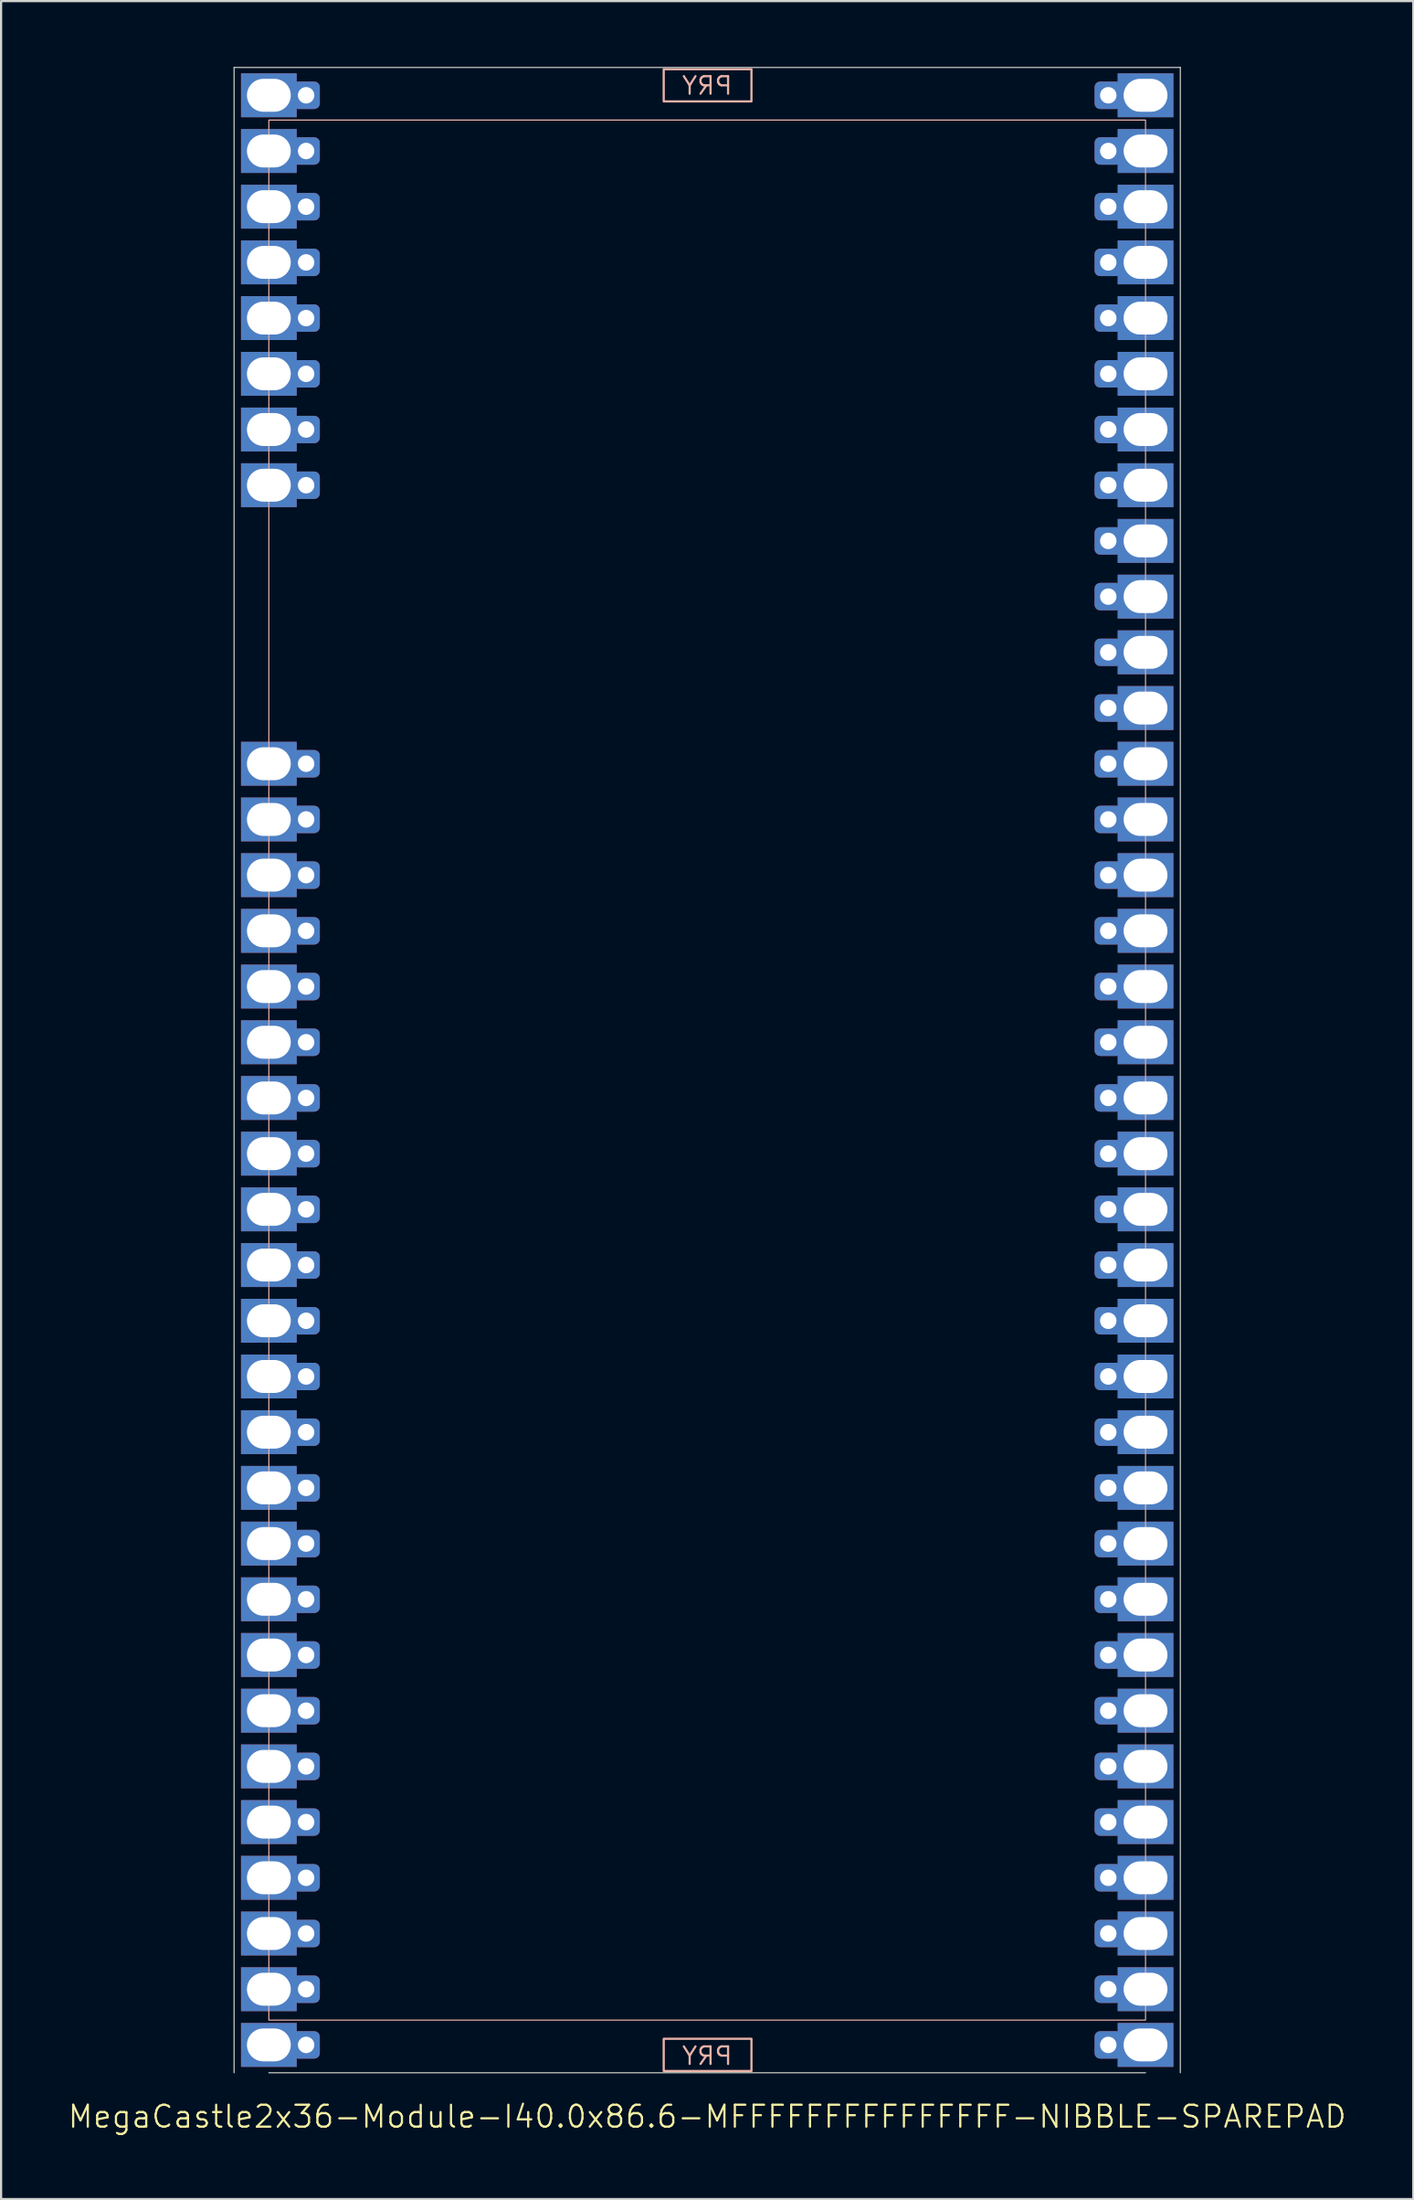
<source format=kicad_pcb>
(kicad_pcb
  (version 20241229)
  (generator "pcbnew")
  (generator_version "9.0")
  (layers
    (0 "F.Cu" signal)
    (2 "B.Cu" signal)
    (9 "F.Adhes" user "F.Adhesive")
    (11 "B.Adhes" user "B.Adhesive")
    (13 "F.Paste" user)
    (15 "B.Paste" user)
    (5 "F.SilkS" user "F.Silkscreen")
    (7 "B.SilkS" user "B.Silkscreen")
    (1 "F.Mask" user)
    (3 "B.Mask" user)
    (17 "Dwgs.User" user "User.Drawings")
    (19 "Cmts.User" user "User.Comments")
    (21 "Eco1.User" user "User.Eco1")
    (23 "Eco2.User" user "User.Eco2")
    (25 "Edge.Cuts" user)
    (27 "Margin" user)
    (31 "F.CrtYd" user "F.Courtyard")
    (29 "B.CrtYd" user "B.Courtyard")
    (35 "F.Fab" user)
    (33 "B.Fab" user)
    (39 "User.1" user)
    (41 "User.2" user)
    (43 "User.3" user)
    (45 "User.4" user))
  (footprint "MegaCastle2x36-Module-I40.0x86.6-MFFFFFFFFFFFFFFF-NIBBLE-SPAREPAD"
    (layer "F.Cu")
    (at 29.217 45.745)
    (property "Reference" "MegaCastle2x36-Module-I40.0x86.6-MFFFFFFFFFFFFFFF-NIBBLE-SPAREPAD" (at 0 47.72 0) (unlocked yes) (layer "F.SilkS") (effects (font (size 1 1) (thickness 0.1))))
    (attr smd)
    (fp_rect (start -20 43.32) (end 20 -43.32) (stroke (width 0.05) (type default)) (fill no) (layer "B.SilkS"))
    (fp_rect (start -1.984 -44.171) (end 2.02 -45.64) (stroke (width 0.1) (type default)) (fill no) (layer "B.SilkS"))
    (fp_rect (start -1.984 44.171) (end 2.02 45.64) (stroke (width 0.1) (type default)) (fill no) (layer "B.SilkS"))
    (fp_line (start -21.587 -45.72) (end -21.587 45.72) (stroke (width 0.05) (type default)) (layer "Edge.Cuts"))
    (fp_line (start -21.587 -45.72) (end 21.587 -45.72) (stroke (width 0.05) (type default)) (layer "Edge.Cuts"))
    (fp_line (start -20 45.72) (end 20 45.72) (stroke (width 0.05) (type default)) (layer "Edge.Cuts"))
    (fp_line (start 21.587 -45.72) (end 21.587 45.72) (stroke (width 0.05) (type default)) (layer "Edge.Cuts"))
    (fp_text user "PRY" (at 0 -44.42 0) (unlocked yes) (layer "B.SilkS") (effects (font (size 0.8 0.8) (thickness 0.1)) (justify bottom mirror)))
    (fp_text user "PRY" (at 0 45.42 0) (unlocked yes) (layer "B.SilkS") (effects (font (size 0.8 0.8) (thickness 0.1)) (justify bottom mirror)))
    (pad "1" thru_hole rect (at -20 -44.45) (size 2.54 2) (drill oval 2 1.5) (property pad_prop_castellated) (layers "*.Cu" "*.Mask"))
    (pad "1" thru_hole roundrect (at -18.3 -44.45 180) (size 1.25 1.25) (drill 0.75) (layers "*.Cu" "*.Mask") (roundrect_rratio 0.2))
    (pad "2" thru_hole rect (at -20 -41.91) (size 2.54 2) (drill oval 2 1.5) (property pad_prop_castellated) (layers "*.Cu" "*.Mask"))
    (pad "2" thru_hole roundrect (at -18.3 -41.91 180) (size 1.25 1.25) (drill 0.75) (layers "*.Cu" "*.Mask") (roundrect_rratio 0.2))
    (pad "3" thru_hole rect (at -20 -39.37) (size 2.54 2) (drill oval 2 1.5) (property pad_prop_castellated) (layers "*.Cu" "*.Mask"))
    (pad "3" thru_hole roundrect (at -18.3 -39.37 180) (size 1.25 1.25) (drill 0.75) (layers "*.Cu" "*.Mask") (roundrect_rratio 0.2))
    (pad "4" thru_hole rect (at -20 -36.83) (size 2.54 2) (drill oval 2 1.5) (property pad_prop_castellated) (layers "*.Cu" "*.Mask"))
    (pad "4" thru_hole roundrect (at -18.3 -36.83 180) (size 1.25 1.25) (drill 0.75) (layers "*.Cu" "*.Mask") (roundrect_rratio 0.2))
    (pad "5" thru_hole rect (at -20 -34.29) (size 2.54 2) (drill oval 2 1.5) (property pad_prop_castellated) (layers "*.Cu" "*.Mask"))
    (pad "5" thru_hole roundrect (at -18.3 -34.29 180) (size 1.25 1.25) (drill 0.75) (layers "*.Cu" "*.Mask") (roundrect_rratio 0.2))
    (pad "6" thru_hole rect (at -20 -31.75) (size 2.54 2) (drill oval 2 1.5) (property pad_prop_castellated) (layers "*.Cu" "*.Mask"))
    (pad "6" thru_hole roundrect (at -18.3 -31.75 180) (size 1.25 1.25) (drill 0.75) (layers "*.Cu" "*.Mask") (roundrect_rratio 0.2))
    (pad "7" thru_hole rect (at -20 -29.21) (size 2.54 2) (drill oval 2 1.5) (property pad_prop_castellated) (layers "*.Cu" "*.Mask"))
    (pad "7" thru_hole roundrect (at -18.3 -29.21 180) (size 1.25 1.25) (drill 0.75) (layers "*.Cu" "*.Mask") (roundrect_rratio 0.2))
    (pad "8" thru_hole rect (at -20 -26.67) (size 2.54 2) (drill oval 2 1.5) (property pad_prop_castellated) (layers "*.Cu" "*.Mask"))
    (pad "8" thru_hole roundrect (at -18.3 -26.67 180) (size 1.25 1.25) (drill 0.75) (layers "*.Cu" "*.Mask") (roundrect_rratio 0.2))
    (pad "13" thru_hole rect (at -20 -13.97) (size 2.54 2) (drill oval 2 1.5) (property pad_prop_castellated) (layers "*.Cu" "*.Mask"))
    (pad "13" thru_hole roundrect (at -18.3 -13.97 180) (size 1.25 1.25) (drill 0.75) (layers "*.Cu" "*.Mask") (roundrect_rratio 0.2))
    (pad "14" thru_hole rect (at -20 -11.43) (size 2.54 2) (drill oval 2 1.5) (property pad_prop_castellated) (layers "*.Cu" "*.Mask"))
    (pad "14" thru_hole roundrect (at -18.3 -11.43 180) (size 1.25 1.25) (drill 0.75) (layers "*.Cu" "*.Mask") (roundrect_rratio 0.2))
    (pad "15" thru_hole rect (at -20 -8.89) (size 2.54 2) (drill oval 2 1.5) (property pad_prop_castellated) (layers "*.Cu" "*.Mask"))
    (pad "15" thru_hole roundrect (at -18.3 -8.89 180) (size 1.25 1.25) (drill 0.75) (layers "*.Cu" "*.Mask") (roundrect_rratio 0.2))
    (pad "16" thru_hole rect (at -20 -6.35) (size 2.54 2) (drill oval 2 1.5) (property pad_prop_castellated) (layers "*.Cu" "*.Mask"))
    (pad "16" thru_hole roundrect (at -18.3 -6.35 180) (size 1.25 1.25) (drill 0.75) (layers "*.Cu" "*.Mask") (roundrect_rratio 0.2))
    (pad "17" thru_hole rect (at -20 -3.81) (size 2.54 2) (drill oval 2 1.5) (property pad_prop_castellated) (layers "*.Cu" "*.Mask"))
    (pad "17" thru_hole roundrect (at -18.3 -3.81 180) (size 1.25 1.25) (drill 0.75) (layers "*.Cu" "*.Mask") (roundrect_rratio 0.2))
    (pad "18" thru_hole rect (at -20 -1.27) (size 2.54 2) (drill oval 2 1.5) (property pad_prop_castellated) (layers "*.Cu" "*.Mask"))
    (pad "18" thru_hole roundrect (at -18.3 -1.27 180) (size 1.25 1.25) (drill 0.75) (layers "*.Cu" "*.Mask") (roundrect_rratio 0.2))
    (pad "19" thru_hole rect (at -20 1.27) (size 2.54 2) (drill oval 2 1.5) (property pad_prop_castellated) (layers "*.Cu" "*.Mask"))
    (pad "19" thru_hole roundrect (at -18.3 1.27 180) (size 1.25 1.25) (drill 0.75) (layers "*.Cu" "*.Mask") (roundrect_rratio 0.2))
    (pad "20" thru_hole rect (at -20 3.81) (size 2.54 2) (drill oval 2 1.5) (property pad_prop_castellated) (layers "*.Cu" "*.Mask"))
    (pad "20" thru_hole roundrect (at -18.3 3.81 180) (size 1.25 1.25) (drill 0.75) (layers "*.Cu" "*.Mask") (roundrect_rratio 0.2))
    (pad "21" thru_hole rect (at -20 6.35) (size 2.54 2) (drill oval 2 1.5) (property pad_prop_castellated) (layers "*.Cu" "*.Mask"))
    (pad "21" thru_hole roundrect (at -18.3 6.35 180) (size 1.25 1.25) (drill 0.75) (layers "*.Cu" "*.Mask") (roundrect_rratio 0.2))
    (pad "22" thru_hole rect (at -20 8.89) (size 2.54 2) (drill oval 2 1.5) (property pad_prop_castellated) (layers "*.Cu" "*.Mask"))
    (pad "22" thru_hole roundrect (at -18.3 8.89 180) (size 1.25 1.25) (drill 0.75) (layers "*.Cu" "*.Mask") (roundrect_rratio 0.2))
    (pad "23" thru_hole rect (at -20 11.43) (size 2.54 2) (drill oval 2 1.5) (property pad_prop_castellated) (layers "*.Cu" "*.Mask"))
    (pad "23" thru_hole roundrect (at -18.3 11.43 180) (size 1.25 1.25) (drill 0.75) (layers "*.Cu" "*.Mask") (roundrect_rratio 0.2))
    (pad "24" thru_hole rect (at -20 13.97) (size 2.54 2) (drill oval 2 1.5) (property pad_prop_castellated) (layers "*.Cu" "*.Mask"))
    (pad "24" thru_hole roundrect (at -18.3 13.97 180) (size 1.25 1.25) (drill 0.75) (layers "*.Cu" "*.Mask") (roundrect_rratio 0.2))
    (pad "25" thru_hole rect (at -20 16.51) (size 2.54 2) (drill oval 2 1.5) (property pad_prop_castellated) (layers "*.Cu" "*.Mask"))
    (pad "25" thru_hole roundrect (at -18.3 16.51 180) (size 1.25 1.25) (drill 0.75) (layers "*.Cu" "*.Mask") (roundrect_rratio 0.2))
    (pad "26" thru_hole rect (at -20 19.05) (size 2.54 2) (drill oval 2 1.5) (property pad_prop_castellated) (layers "*.Cu" "*.Mask"))
    (pad "26" thru_hole roundrect (at -18.3 19.05 180) (size 1.25 1.25) (drill 0.75) (layers "*.Cu" "*.Mask") (roundrect_rratio 0.2))
    (pad "27" thru_hole rect (at -20 21.59) (size 2.54 2) (drill oval 2 1.5) (property pad_prop_castellated) (layers "*.Cu" "*.Mask"))
    (pad "27" thru_hole roundrect (at -18.3 21.59 180) (size 1.25 1.25) (drill 0.75) (layers "*.Cu" "*.Mask") (roundrect_rratio 0.2))
    (pad "28" thru_hole rect (at -20 24.13) (size 2.54 2) (drill oval 2 1.5) (property pad_prop_castellated) (layers "*.Cu" "*.Mask"))
    (pad "28" thru_hole roundrect (at -18.3 24.13 180) (size 1.25 1.25) (drill 0.75) (layers "*.Cu" "*.Mask") (roundrect_rratio 0.2))
    (pad "29" thru_hole rect (at -20 26.67) (size 2.54 2) (drill oval 2 1.5) (property pad_prop_castellated) (layers "*.Cu" "*.Mask"))
    (pad "29" thru_hole roundrect (at -18.3 26.67 180) (size 1.25 1.25) (drill 0.75) (layers "*.Cu" "*.Mask") (roundrect_rratio 0.2))
    (pad "30" thru_hole rect (at -20 29.21) (size 2.54 2) (drill oval 2 1.5) (property pad_prop_castellated) (layers "*.Cu" "*.Mask"))
    (pad "30" thru_hole roundrect (at -18.3 29.21 180) (size 1.25 1.25) (drill 0.75) (layers "*.Cu" "*.Mask") (roundrect_rratio 0.2))
    (pad "31" thru_hole rect (at -20 31.75) (size 2.54 2) (drill oval 2 1.5) (property pad_prop_castellated) (layers "*.Cu" "*.Mask"))
    (pad "31" thru_hole roundrect (at -18.3 31.75 180) (size 1.25 1.25) (drill 0.75) (layers "*.Cu" "*.Mask") (roundrect_rratio 0.2))
    (pad "32" thru_hole rect (at -20 34.29) (size 2.54 2) (drill oval 2 1.5) (property pad_prop_castellated) (layers "*.Cu" "*.Mask"))
    (pad "32" thru_hole roundrect (at -18.3 34.29 180) (size 1.25 1.25) (drill 0.75) (layers "*.Cu" "*.Mask") (roundrect_rratio 0.2))
    (pad "33" thru_hole rect (at -20 36.83) (size 2.54 2) (drill oval 2 1.5) (property pad_prop_castellated) (layers "*.Cu" "*.Mask"))
    (pad "33" thru_hole roundrect (at -18.3 36.83 180) (size 1.25 1.25) (drill 0.75) (layers "*.Cu" "*.Mask") (roundrect_rratio 0.2))
    (pad "34" thru_hole rect (at -20 39.37) (size 2.54 2) (drill oval 2 1.5) (property pad_prop_castellated) (layers "*.Cu" "*.Mask"))
    (pad "34" thru_hole roundrect (at -18.3 39.37 180) (size 1.25 1.25) (drill 0.75) (layers "*.Cu" "*.Mask") (roundrect_rratio 0.2))
    (pad "35" thru_hole rect (at -20 41.91) (size 2.54 2) (drill oval 2 1.5) (property pad_prop_castellated) (layers "*.Cu" "*.Mask"))
    (pad "35" thru_hole roundrect (at -18.3 41.91 180) (size 1.25 1.25) (drill 0.75) (layers "*.Cu" "*.Mask") (roundrect_rratio 0.2))
    (pad "36" thru_hole rect (at -20 44.45) (size 2.54 2) (drill oval 2 1.5) (property pad_prop_castellated) (layers "*.Cu" "*.Mask"))
    (pad "36" thru_hole roundrect (at -18.3 44.45 180) (size 1.25 1.25) (drill 0.75) (layers "*.Cu" "*.Mask") (roundrect_rratio 0.2))
    (pad "37" thru_hole roundrect (at 18.3 -44.45 180) (size 1.25 1.25) (drill 0.75) (layers "*.Cu" "*.Mask") (roundrect_rratio 0.2))
    (pad "37" thru_hole rect (at 20 -44.45) (size 2.54 2) (drill oval 2 1.5) (property pad_prop_castellated) (layers "*.Cu" "*.Mask"))
    (pad "38" thru_hole roundrect (at 18.3 -41.91 180) (size 1.25 1.25) (drill 0.75) (layers "*.Cu" "*.Mask") (roundrect_rratio 0.2))
    (pad "38" thru_hole rect (at 20 -41.91) (size 2.54 2) (drill oval 2 1.5) (property pad_prop_castellated) (layers "*.Cu" "*.Mask"))
    (pad "39" thru_hole roundrect (at 18.3 -39.37 180) (size 1.25 1.25) (drill 0.75) (layers "*.Cu" "*.Mask") (roundrect_rratio 0.2))
    (pad "39" thru_hole rect (at 20 -39.37) (size 2.54 2) (drill oval 2 1.5) (property pad_prop_castellated) (layers "*.Cu" "*.Mask"))
    (pad "40" thru_hole roundrect (at 18.3 -36.83 180) (size 1.25 1.25) (drill 0.75) (layers "*.Cu" "*.Mask") (roundrect_rratio 0.2))
    (pad "40" thru_hole rect (at 20 -36.83) (size 2.54 2) (drill oval 2 1.5) (property pad_prop_castellated) (layers "*.Cu" "*.Mask"))
    (pad "41" thru_hole roundrect (at 18.3 -34.29 180) (size 1.25 1.25) (drill 0.75) (layers "*.Cu" "*.Mask") (roundrect_rratio 0.2))
    (pad "41" thru_hole rect (at 20 -34.29) (size 2.54 2) (drill oval 2 1.5) (property pad_prop_castellated) (layers "*.Cu" "*.Mask"))
    (pad "42" thru_hole roundrect (at 18.3 -31.75 180) (size 1.25 1.25) (drill 0.75) (layers "*.Cu" "*.Mask") (roundrect_rratio 0.2))
    (pad "42" thru_hole rect (at 20 -31.75) (size 2.54 2) (drill oval 2 1.5) (property pad_prop_castellated) (layers "*.Cu" "*.Mask"))
    (pad "43" thru_hole roundrect (at 18.3 -29.21 180) (size 1.25 1.25) (drill 0.75) (layers "*.Cu" "*.Mask") (roundrect_rratio 0.2))
    (pad "43" thru_hole rect (at 20 -29.21) (size 2.54 2) (drill oval 2 1.5) (property pad_prop_castellated) (layers "*.Cu" "*.Mask"))
    (pad "44" thru_hole roundrect (at 18.3 -26.67 180) (size 1.25 1.25) (drill 0.75) (layers "*.Cu" "*.Mask") (roundrect_rratio 0.2))
    (pad "44" thru_hole rect (at 20 -26.67) (size 2.54 2) (drill oval 2 1.5) (property pad_prop_castellated) (layers "*.Cu" "*.Mask"))
    (pad "45" thru_hole roundrect (at 18.3 -24.13 180) (size 1.25 1.25) (drill 0.75) (layers "*.Cu" "*.Mask") (roundrect_rratio 0.2))
    (pad "45" thru_hole rect (at 20 -24.13) (size 2.54 2) (drill oval 2 1.5) (property pad_prop_castellated) (layers "*.Cu" "*.Mask"))
    (pad "46" thru_hole roundrect (at 18.3 -21.59 180) (size 1.25 1.25) (drill 0.75) (layers "*.Cu" "*.Mask") (roundrect_rratio 0.2))
    (pad "46" thru_hole rect (at 20 -21.59) (size 2.54 2) (drill oval 2 1.5) (property pad_prop_castellated) (layers "*.Cu" "*.Mask"))
    (pad "47" thru_hole roundrect (at 18.3 -19.05 180) (size 1.25 1.25) (drill 0.75) (layers "*.Cu" "*.Mask") (roundrect_rratio 0.2))
    (pad "47" thru_hole rect (at 20 -19.05) (size 2.54 2) (drill oval 2 1.5) (property pad_prop_castellated) (layers "*.Cu" "*.Mask"))
    (pad "48" thru_hole roundrect (at 18.3 -16.51 180) (size 1.25 1.25) (drill 0.75) (layers "*.Cu" "*.Mask") (roundrect_rratio 0.2))
    (pad "48" thru_hole rect (at 20 -16.51) (size 2.54 2) (drill oval 2 1.5) (property pad_prop_castellated) (layers "*.Cu" "*.Mask"))
    (pad "49" thru_hole roundrect (at 18.3 -13.97 180) (size 1.25 1.25) (drill 0.75) (layers "*.Cu" "*.Mask") (roundrect_rratio 0.2))
    (pad "49" thru_hole rect (at 20 -13.97) (size 2.54 2) (drill oval 2 1.5) (property pad_prop_castellated) (layers "*.Cu" "*.Mask"))
    (pad "50" thru_hole roundrect (at 18.3 -11.43 180) (size 1.25 1.25) (drill 0.75) (layers "*.Cu" "*.Mask") (roundrect_rratio 0.2))
    (pad "50" thru_hole rect (at 20 -11.43) (size 2.54 2) (drill oval 2 1.5) (property pad_prop_castellated) (layers "*.Cu" "*.Mask"))
    (pad "51" thru_hole roundrect (at 18.3 -8.89 180) (size 1.25 1.25) (drill 0.75) (layers "*.Cu" "*.Mask") (roundrect_rratio 0.2))
    (pad "51" thru_hole rect (at 20 -8.89) (size 2.54 2) (drill oval 2 1.5) (property pad_prop_castellated) (layers "*.Cu" "*.Mask"))
    (pad "52" thru_hole roundrect (at 18.3 -6.35 180) (size 1.25 1.25) (drill 0.75) (layers "*.Cu" "*.Mask") (roundrect_rratio 0.2))
    (pad "52" thru_hole rect (at 20 -6.35) (size 2.54 2) (drill oval 2 1.5) (property pad_prop_castellated) (layers "*.Cu" "*.Mask"))
    (pad "53" thru_hole roundrect (at 18.3 -3.81 180) (size 1.25 1.25) (drill 0.75) (layers "*.Cu" "*.Mask") (roundrect_rratio 0.2))
    (pad "53" thru_hole rect (at 20 -3.81) (size 2.54 2) (drill oval 2 1.5) (property pad_prop_castellated) (layers "*.Cu" "*.Mask"))
    (pad "54" thru_hole roundrect (at 18.3 -1.27 180) (size 1.25 1.25) (drill 0.75) (layers "*.Cu" "*.Mask") (roundrect_rratio 0.2))
    (pad "54" thru_hole rect (at 20 -1.27) (size 2.54 2) (drill oval 2 1.5) (property pad_prop_castellated) (layers "*.Cu" "*.Mask"))
    (pad "55" thru_hole roundrect (at 18.3 1.27 180) (size 1.25 1.25) (drill 0.75) (layers "*.Cu" "*.Mask") (roundrect_rratio 0.2))
    (pad "55" thru_hole rect (at 20 1.27) (size 2.54 2) (drill oval 2 1.5) (property pad_prop_castellated) (layers "*.Cu" "*.Mask"))
    (pad "56" thru_hole roundrect (at 18.3 3.81 180) (size 1.25 1.25) (drill 0.75) (layers "*.Cu" "*.Mask") (roundrect_rratio 0.2))
    (pad "56" thru_hole rect (at 20 3.81) (size 2.54 2) (drill oval 2 1.5) (property pad_prop_castellated) (layers "*.Cu" "*.Mask"))
    (pad "57" thru_hole roundrect (at 18.3 6.35 180) (size 1.25 1.25) (drill 0.75) (layers "*.Cu" "*.Mask") (roundrect_rratio 0.2))
    (pad "57" thru_hole rect (at 20 6.35) (size 2.54 2) (drill oval 2 1.5) (property pad_prop_castellated) (layers "*.Cu" "*.Mask"))
    (pad "58" thru_hole roundrect (at 18.3 8.89 180) (size 1.25 1.25) (drill 0.75) (layers "*.Cu" "*.Mask") (roundrect_rratio 0.2))
    (pad "58" thru_hole rect (at 20 8.89) (size 2.54 2) (drill oval 2 1.5) (property pad_prop_castellated) (layers "*.Cu" "*.Mask"))
    (pad "59" thru_hole roundrect (at 18.3 11.43 180) (size 1.25 1.25) (drill 0.75) (layers "*.Cu" "*.Mask") (roundrect_rratio 0.2))
    (pad "59" thru_hole rect (at 20 11.43) (size 2.54 2) (drill oval 2 1.5) (property pad_prop_castellated) (layers "*.Cu" "*.Mask"))
    (pad "60" thru_hole roundrect (at 18.3 13.97 180) (size 1.25 1.25) (drill 0.75) (layers "*.Cu" "*.Mask") (roundrect_rratio 0.2))
    (pad "60" thru_hole rect (at 20 13.97) (size 2.54 2) (drill oval 2 1.5) (property pad_prop_castellated) (layers "*.Cu" "*.Mask"))
    (pad "61" thru_hole roundrect (at 18.3 16.51 180) (size 1.25 1.25) (drill 0.75) (layers "*.Cu" "*.Mask") (roundrect_rratio 0.2))
    (pad "61" thru_hole rect (at 20 16.51) (size 2.54 2) (drill oval 2 1.5) (property pad_prop_castellated) (layers "*.Cu" "*.Mask"))
    (pad "62" thru_hole roundrect (at 18.3 19.05 180) (size 1.25 1.25) (drill 0.75) (layers "*.Cu" "*.Mask") (roundrect_rratio 0.2))
    (pad "62" thru_hole rect (at 20 19.05) (size 2.54 2) (drill oval 2 1.5) (property pad_prop_castellated) (layers "*.Cu" "*.Mask"))
    (pad "63" thru_hole roundrect (at 18.3 21.59 180) (size 1.25 1.25) (drill 0.75) (layers "*.Cu" "*.Mask") (roundrect_rratio 0.2))
    (pad "63" thru_hole rect (at 20 21.59) (size 2.54 2) (drill oval 2 1.5) (property pad_prop_castellated) (layers "*.Cu" "*.Mask"))
    (pad "64" thru_hole roundrect (at 18.3 24.13 180) (size 1.25 1.25) (drill 0.75) (layers "*.Cu" "*.Mask") (roundrect_rratio 0.2))
    (pad "64" thru_hole rect (at 20 24.13) (size 2.54 2) (drill oval 2 1.5) (property pad_prop_castellated) (layers "*.Cu" "*.Mask"))
    (pad "65" thru_hole roundrect (at 18.3 26.67 180) (size 1.25 1.25) (drill 0.75) (layers "*.Cu" "*.Mask") (roundrect_rratio 0.2))
    (pad "65" thru_hole rect (at 20 26.67) (size 2.54 2) (drill oval 2 1.5) (property pad_prop_castellated) (layers "*.Cu" "*.Mask"))
    (pad "66" thru_hole roundrect (at 18.3 29.21 180) (size 1.25 1.25) (drill 0.75) (layers "*.Cu" "*.Mask") (roundrect_rratio 0.2))
    (pad "66" thru_hole rect (at 20 29.21) (size 2.54 2) (drill oval 2 1.5) (property pad_prop_castellated) (layers "*.Cu" "*.Mask"))
    (pad "67" thru_hole roundrect (at 18.3 31.75 180) (size 1.25 1.25) (drill 0.75) (layers "*.Cu" "*.Mask") (roundrect_rratio 0.2))
    (pad "67" thru_hole rect (at 20 31.75) (size 2.54 2) (drill oval 2 1.5) (property pad_prop_castellated) (layers "*.Cu" "*.Mask"))
    (pad "68" thru_hole roundrect (at 18.3 34.29 180) (size 1.25 1.25) (drill 0.75) (layers "*.Cu" "*.Mask") (roundrect_rratio 0.2))
    (pad "68" thru_hole rect (at 20 34.29) (size 2.54 2) (drill oval 2 1.5) (property pad_prop_castellated) (layers "*.Cu" "*.Mask"))
    (pad "69" thru_hole roundrect (at 18.3 36.83 180) (size 1.25 1.25) (drill 0.75) (layers "*.Cu" "*.Mask") (roundrect_rratio 0.2))
    (pad "69" thru_hole rect (at 20 36.83) (size 2.54 2) (drill oval 2 1.5) (property pad_prop_castellated) (layers "*.Cu" "*.Mask"))
    (pad "70" thru_hole roundrect (at 18.3 39.37 180) (size 1.25 1.25) (drill 0.75) (layers "*.Cu" "*.Mask") (roundrect_rratio 0.2))
    (pad "70" thru_hole rect (at 20 39.37) (size 2.54 2) (drill oval 2 1.5) (property pad_prop_castellated) (layers "*.Cu" "*.Mask"))
    (pad "71" thru_hole roundrect (at 18.3 41.91 180) (size 1.25 1.25) (drill 0.75) (layers "*.Cu" "*.Mask") (roundrect_rratio 0.2))
    (pad "71" thru_hole rect (at 20 41.91) (size 2.54 2) (drill oval 2 1.5) (property pad_prop_castellated) (layers "*.Cu" "*.Mask"))
    (pad "72" thru_hole roundrect (at 18.3 44.45 180) (size 1.25 1.25) (drill 0.75) (layers "*.Cu" "*.Mask") (roundrect_rratio 0.2))
    (pad "72" thru_hole rect (at 20 44.45) (size 2.54 2) (drill oval 2 1.5) (property pad_prop_castellated) (layers "*.Cu" "*.Mask"))
    (zone (net_name "") (layer "B.Cu") (hatch edge 0.5) (connect_pads) (min_thickness 0.25) (filled_areas_thickness no) (keepout (tracks allowed) (vias allowed) (pads allowed) (copperpour allowed) (footprints not_allowed)) (placement (enabled no)) (fill) (polygon (pts (xy 9.217 91.465) (xy 9.217 0.025))))
    (zone (net_name "") (layer "B.Cu") (hatch edge 0.5) (connect_pads) (min_thickness 0.25) (filled_areas_thickness no) (keepout (tracks allowed) (vias allowed) (pads allowed) (copperpour allowed) (footprints not_allowed)) (placement (enabled no)) (fill) (polygon (pts (xy 49.217 91.465) (xy 49.217 0.025))))
    (zone (net_name "") (layer "B.Cu") (hatch edge 0.5) (connect_pads) (min_thickness 0.25) (filled_areas_thickness no) (keepout (tracks allowed) (vias allowed) (pads allowed) (copperpour allowed) (footprints not_allowed)) (placement (enabled no)) (fill) (polygon (pts (xy 9.217 0.025) (xy 9.217 2.425) (xy 49.217 2.425) (xy 49.217 0.025))))
    (zone (net_name "") (layer "B.Cu") (hatch edge 0.5) (connect_pads) (min_thickness 0.25) (filled_areas_thickness no) (keepout (tracks allowed) (vias allowed) (pads allowed) (copperpour allowed) (footprints not_allowed)) (placement (enabled no)) (fill) (polygon (pts (xy 9.217 91.465) (xy 9.217 89.065) (xy 49.217 89.065) (xy 49.217 91.465))))
    (zone (net_name "") (layer "B.Cu") (name "Upper Pry Zone") (hatch edge 0.5) (connect_pads) (min_thickness 0.25) (filled_areas_thickness no) (keepout (tracks not_allowed) (vias not_allowed) (pads not_allowed) (copperpour allowed) (footprints not_allowed)) (placement (enabled no)) (fill) (polygon (pts (xy 27.232 1.574) (xy 27.232 0.105) (xy 31.236 0.105) (xy 31.236 1.574))))
    (zone (net_name "") (layer "B.Cu") (name "Upper Pry Zone") (hatch edge 0.5) (connect_pads) (min_thickness 0.25) (filled_areas_thickness no) (keepout (tracks not_allowed) (vias not_allowed) (pads not_allowed) (copperpour allowed) (footprints not_allowed)) (placement (enabled no)) (fill) (polygon (pts (xy 27.232 89.916) (xy 27.232 91.385) (xy 31.236 91.385) (xy 31.236 89.916)))))
  (gr_rect
    (start -3 -3)
    (end 61.433 97.226)
    (stroke (width 0.1) (type default))
    (fill no)
    (layer "Edge.Cuts")))
</source>
